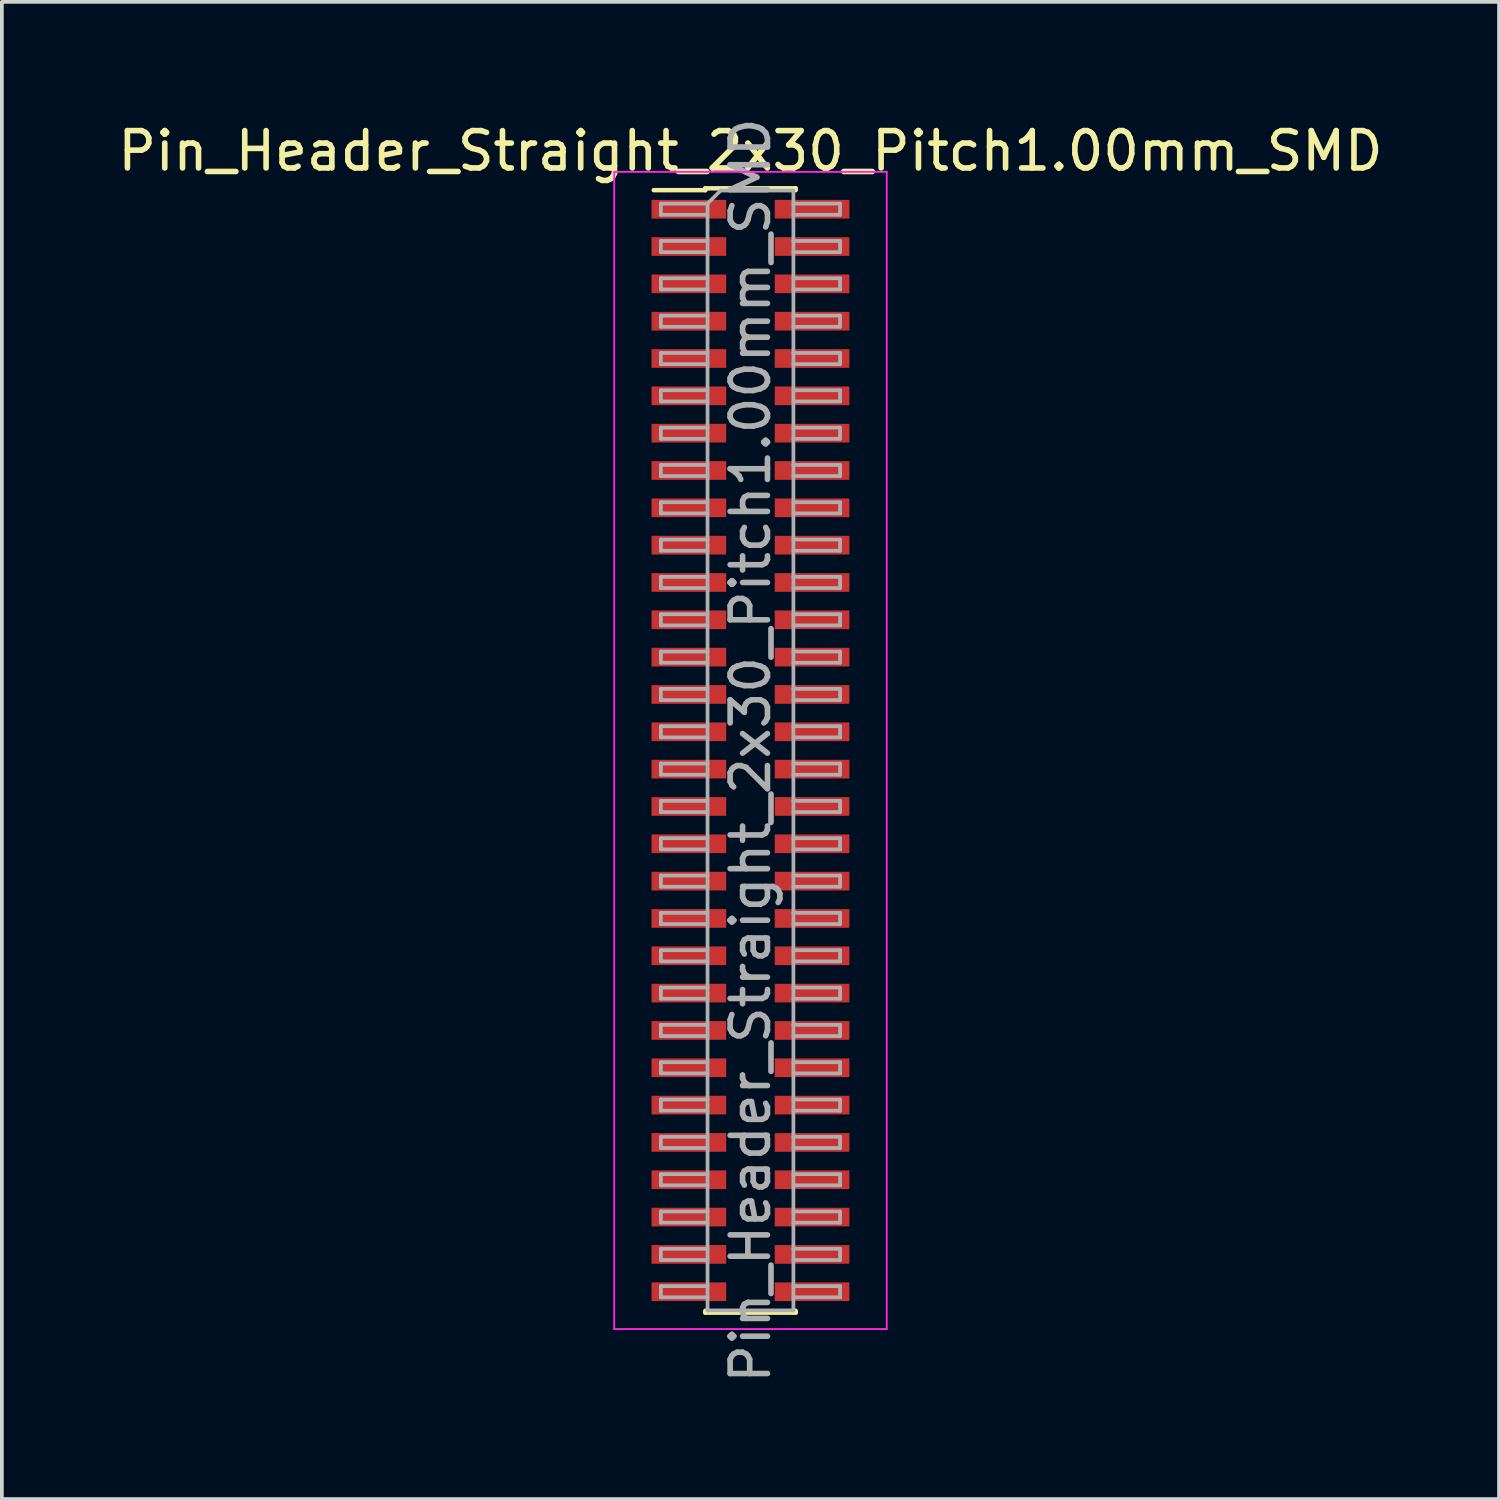
<source format=kicad_pcb>
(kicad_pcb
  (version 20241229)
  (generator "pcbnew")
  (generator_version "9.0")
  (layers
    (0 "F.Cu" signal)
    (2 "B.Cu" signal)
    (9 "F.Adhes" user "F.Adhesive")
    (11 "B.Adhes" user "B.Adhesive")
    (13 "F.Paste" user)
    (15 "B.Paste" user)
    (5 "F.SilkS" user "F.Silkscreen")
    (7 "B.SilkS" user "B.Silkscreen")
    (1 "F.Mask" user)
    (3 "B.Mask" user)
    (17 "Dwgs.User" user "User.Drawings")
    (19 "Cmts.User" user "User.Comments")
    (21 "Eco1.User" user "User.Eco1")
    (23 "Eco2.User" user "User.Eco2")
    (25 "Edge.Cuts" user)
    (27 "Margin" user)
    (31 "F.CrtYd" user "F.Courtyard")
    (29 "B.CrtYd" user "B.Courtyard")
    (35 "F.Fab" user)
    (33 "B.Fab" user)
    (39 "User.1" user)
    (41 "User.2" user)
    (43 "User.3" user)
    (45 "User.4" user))
  (footprint "Pin_Header_Straight_2x30_Pitch1.00mm_SMD"
    (layer "F.Cu")
    (at 17.054 17.054)
    (property "Reference" "Pin_Header_Straight_2x30_Pitch1.00mm_SMD" (at 0 -16.06 0) (layer "F.SilkS") (effects (font (size 1 1) (thickness 0.15))))
    (attr smd)
    (fp_line (start -2.59 -15.01) (end -1.21 -15.01) (stroke (width 0.12) (type solid)) (layer "F.SilkS"))
    (fp_line (start -1.21 -15.06) (end -1.21 -15.01) (stroke (width 0.12) (type solid)) (layer "F.SilkS"))
    (fp_line (start -1.21 -15.06) (end 1.21 -15.06) (stroke (width 0.12) (type solid)) (layer "F.SilkS"))
    (fp_line (start -1.21 15.01) (end -1.21 15.06) (stroke (width 0.12) (type solid)) (layer "F.SilkS"))
    (fp_line (start -1.21 15.06) (end 1.21 15.06) (stroke (width 0.12) (type solid)) (layer "F.SilkS"))
    (fp_line (start 1.21 -15.06) (end 1.21 -15.01) (stroke (width 0.12) (type solid)) (layer "F.SilkS"))
    (fp_line (start 1.21 15.01) (end 1.21 15.06) (stroke (width 0.12) (type solid)) (layer "F.SilkS"))
    (fp_line (start -3.65 -15.5) (end -3.65 15.5) (stroke (width 0.05) (type solid)) (layer "F.CrtYd"))
    (fp_line (start -3.65 15.5) (end 3.65 15.5) (stroke (width 0.05) (type solid)) (layer "F.CrtYd"))
    (fp_line (start 3.65 -15.5) (end -3.65 -15.5) (stroke (width 0.05) (type solid)) (layer "F.CrtYd"))
    (fp_line (start 3.65 15.5) (end 3.65 -15.5) (stroke (width 0.05) (type solid)) (layer "F.CrtYd"))
    (fp_line (start -2.4 -14.65) (end -2.4 -14.35) (stroke (width 0.1) (type solid)) (layer "F.Fab"))
    (fp_line (start -2.4 -14.35) (end -1.15 -14.35) (stroke (width 0.1) (type solid)) (layer "F.Fab"))
    (fp_line (start -2.4 -13.65) (end -2.4 -13.35) (stroke (width 0.1) (type solid)) (layer "F.Fab"))
    (fp_line (start -2.4 -13.35) (end -1.15 -13.35) (stroke (width 0.1) (type solid)) (layer "F.Fab"))
    (fp_line (start -2.4 -12.65) (end -2.4 -12.35) (stroke (width 0.1) (type solid)) (layer "F.Fab"))
    (fp_line (start -2.4 -12.35) (end -1.15 -12.35) (stroke (width 0.1) (type solid)) (layer "F.Fab"))
    (fp_line (start -2.4 -11.65) (end -2.4 -11.35) (stroke (width 0.1) (type solid)) (layer "F.Fab"))
    (fp_line (start -2.4 -11.35) (end -1.15 -11.35) (stroke (width 0.1) (type solid)) (layer "F.Fab"))
    (fp_line (start -2.4 -10.65) (end -2.4 -10.35) (stroke (width 0.1) (type solid)) (layer "F.Fab"))
    (fp_line (start -2.4 -10.35) (end -1.15 -10.35) (stroke (width 0.1) (type solid)) (layer "F.Fab"))
    (fp_line (start -2.4 -9.65) (end -2.4 -9.35) (stroke (width 0.1) (type solid)) (layer "F.Fab"))
    (fp_line (start -2.4 -9.35) (end -1.15 -9.35) (stroke (width 0.1) (type solid)) (layer "F.Fab"))
    (fp_line (start -2.4 -8.65) (end -2.4 -8.35) (stroke (width 0.1) (type solid)) (layer "F.Fab"))
    (fp_line (start -2.4 -8.35) (end -1.15 -8.35) (stroke (width 0.1) (type solid)) (layer "F.Fab"))
    (fp_line (start -2.4 -7.65) (end -2.4 -7.35) (stroke (width 0.1) (type solid)) (layer "F.Fab"))
    (fp_line (start -2.4 -7.35) (end -1.15 -7.35) (stroke (width 0.1) (type solid)) (layer "F.Fab"))
    (fp_line (start -2.4 -6.65) (end -2.4 -6.35) (stroke (width 0.1) (type solid)) (layer "F.Fab"))
    (fp_line (start -2.4 -6.35) (end -1.15 -6.35) (stroke (width 0.1) (type solid)) (layer "F.Fab"))
    (fp_line (start -2.4 -5.65) (end -2.4 -5.35) (stroke (width 0.1) (type solid)) (layer "F.Fab"))
    (fp_line (start -2.4 -5.35) (end -1.15 -5.35) (stroke (width 0.1) (type solid)) (layer "F.Fab"))
    (fp_line (start -2.4 -4.65) (end -2.4 -4.35) (stroke (width 0.1) (type solid)) (layer "F.Fab"))
    (fp_line (start -2.4 -4.35) (end -1.15 -4.35) (stroke (width 0.1) (type solid)) (layer "F.Fab"))
    (fp_line (start -2.4 -3.65) (end -2.4 -3.35) (stroke (width 0.1) (type solid)) (layer "F.Fab"))
    (fp_line (start -2.4 -3.35) (end -1.15 -3.35) (stroke (width 0.1) (type solid)) (layer "F.Fab"))
    (fp_line (start -2.4 -2.65) (end -2.4 -2.35) (stroke (width 0.1) (type solid)) (layer "F.Fab"))
    (fp_line (start -2.4 -2.35) (end -1.15 -2.35) (stroke (width 0.1) (type solid)) (layer "F.Fab"))
    (fp_line (start -2.4 -1.65) (end -2.4 -1.35) (stroke (width 0.1) (type solid)) (layer "F.Fab"))
    (fp_line (start -2.4 -1.35) (end -1.15 -1.35) (stroke (width 0.1) (type solid)) (layer "F.Fab"))
    (fp_line (start -2.4 -0.65) (end -2.4 -0.35) (stroke (width 0.1) (type solid)) (layer "F.Fab"))
    (fp_line (start -2.4 -0.35) (end -1.15 -0.35) (stroke (width 0.1) (type solid)) (layer "F.Fab"))
    (fp_line (start -2.4 0.35) (end -2.4 0.65) (stroke (width 0.1) (type solid)) (layer "F.Fab"))
    (fp_line (start -2.4 0.65) (end -1.15 0.65) (stroke (width 0.1) (type solid)) (layer "F.Fab"))
    (fp_line (start -2.4 1.35) (end -2.4 1.65) (stroke (width 0.1) (type solid)) (layer "F.Fab"))
    (fp_line (start -2.4 1.65) (end -1.15 1.65) (stroke (width 0.1) (type solid)) (layer "F.Fab"))
    (fp_line (start -2.4 2.35) (end -2.4 2.65) (stroke (width 0.1) (type solid)) (layer "F.Fab"))
    (fp_line (start -2.4 2.65) (end -1.15 2.65) (stroke (width 0.1) (type solid)) (layer "F.Fab"))
    (fp_line (start -2.4 3.35) (end -2.4 3.65) (stroke (width 0.1) (type solid)) (layer "F.Fab"))
    (fp_line (start -2.4 3.65) (end -1.15 3.65) (stroke (width 0.1) (type solid)) (layer "F.Fab"))
    (fp_line (start -2.4 4.35) (end -2.4 4.65) (stroke (width 0.1) (type solid)) (layer "F.Fab"))
    (fp_line (start -2.4 4.65) (end -1.15 4.65) (stroke (width 0.1) (type solid)) (layer "F.Fab"))
    (fp_line (start -2.4 5.35) (end -2.4 5.65) (stroke (width 0.1) (type solid)) (layer "F.Fab"))
    (fp_line (start -2.4 5.65) (end -1.15 5.65) (stroke (width 0.1) (type solid)) (layer "F.Fab"))
    (fp_line (start -2.4 6.35) (end -2.4 6.65) (stroke (width 0.1) (type solid)) (layer "F.Fab"))
    (fp_line (start -2.4 6.65) (end -1.15 6.65) (stroke (width 0.1) (type solid)) (layer "F.Fab"))
    (fp_line (start -2.4 7.35) (end -2.4 7.65) (stroke (width 0.1) (type solid)) (layer "F.Fab"))
    (fp_line (start -2.4 7.65) (end -1.15 7.65) (stroke (width 0.1) (type solid)) (layer "F.Fab"))
    (fp_line (start -2.4 8.35) (end -2.4 8.65) (stroke (width 0.1) (type solid)) (layer "F.Fab"))
    (fp_line (start -2.4 8.65) (end -1.15 8.65) (stroke (width 0.1) (type solid)) (layer "F.Fab"))
    (fp_line (start -2.4 9.35) (end -2.4 9.65) (stroke (width 0.1) (type solid)) (layer "F.Fab"))
    (fp_line (start -2.4 9.65) (end -1.15 9.65) (stroke (width 0.1) (type solid)) (layer "F.Fab"))
    (fp_line (start -2.4 10.35) (end -2.4 10.65) (stroke (width 0.1) (type solid)) (layer "F.Fab"))
    (fp_line (start -2.4 10.65) (end -1.15 10.65) (stroke (width 0.1) (type solid)) (layer "F.Fab"))
    (fp_line (start -2.4 11.35) (end -2.4 11.65) (stroke (width 0.1) (type solid)) (layer "F.Fab"))
    (fp_line (start -2.4 11.65) (end -1.15 11.65) (stroke (width 0.1) (type solid)) (layer "F.Fab"))
    (fp_line (start -2.4 12.35) (end -2.4 12.65) (stroke (width 0.1) (type solid)) (layer "F.Fab"))
    (fp_line (start -2.4 12.65) (end -1.15 12.65) (stroke (width 0.1) (type solid)) (layer "F.Fab"))
    (fp_line (start -2.4 13.35) (end -2.4 13.65) (stroke (width 0.1) (type solid)) (layer "F.Fab"))
    (fp_line (start -2.4 13.65) (end -1.15 13.65) (stroke (width 0.1) (type solid)) (layer "F.Fab"))
    (fp_line (start -2.4 14.35) (end -2.4 14.65) (stroke (width 0.1) (type solid)) (layer "F.Fab"))
    (fp_line (start -2.4 14.65) (end -1.15 14.65) (stroke (width 0.1) (type solid)) (layer "F.Fab"))
    (fp_line (start -1.15 -14.65) (end -2.4 -14.65) (stroke (width 0.1) (type solid)) (layer "F.Fab"))
    (fp_line (start -1.15 -14.65) (end -0.8 -15) (stroke (width 0.1) (type solid)) (layer "F.Fab"))
    (fp_line (start -1.15 -13.65) (end -2.4 -13.65) (stroke (width 0.1) (type solid)) (layer "F.Fab"))
    (fp_line (start -1.15 -12.65) (end -2.4 -12.65) (stroke (width 0.1) (type solid)) (layer "F.Fab"))
    (fp_line (start -1.15 -11.65) (end -2.4 -11.65) (stroke (width 0.1) (type solid)) (layer "F.Fab"))
    (fp_line (start -1.15 -10.65) (end -2.4 -10.65) (stroke (width 0.1) (type solid)) (layer "F.Fab"))
    (fp_line (start -1.15 -9.65) (end -2.4 -9.65) (stroke (width 0.1) (type solid)) (layer "F.Fab"))
    (fp_line (start -1.15 -8.65) (end -2.4 -8.65) (stroke (width 0.1) (type solid)) (layer "F.Fab"))
    (fp_line (start -1.15 -7.65) (end -2.4 -7.65) (stroke (width 0.1) (type solid)) (layer "F.Fab"))
    (fp_line (start -1.15 -6.65) (end -2.4 -6.65) (stroke (width 0.1) (type solid)) (layer "F.Fab"))
    (fp_line (start -1.15 -5.65) (end -2.4 -5.65) (stroke (width 0.1) (type solid)) (layer "F.Fab"))
    (fp_line (start -1.15 -4.65) (end -2.4 -4.65) (stroke (width 0.1) (type solid)) (layer "F.Fab"))
    (fp_line (start -1.15 -3.65) (end -2.4 -3.65) (stroke (width 0.1) (type solid)) (layer "F.Fab"))
    (fp_line (start -1.15 -2.65) (end -2.4 -2.65) (stroke (width 0.1) (type solid)) (layer "F.Fab"))
    (fp_line (start -1.15 -1.65) (end -2.4 -1.65) (stroke (width 0.1) (type solid)) (layer "F.Fab"))
    (fp_line (start -1.15 -0.65) (end -2.4 -0.65) (stroke (width 0.1) (type solid)) (layer "F.Fab"))
    (fp_line (start -1.15 0.35) (end -2.4 0.35) (stroke (width 0.1) (type solid)) (layer "F.Fab"))
    (fp_line (start -1.15 1.35) (end -2.4 1.35) (stroke (width 0.1) (type solid)) (layer "F.Fab"))
    (fp_line (start -1.15 2.35) (end -2.4 2.35) (stroke (width 0.1) (type solid)) (layer "F.Fab"))
    (fp_line (start -1.15 3.35) (end -2.4 3.35) (stroke (width 0.1) (type solid)) (layer "F.Fab"))
    (fp_line (start -1.15 4.35) (end -2.4 4.35) (stroke (width 0.1) (type solid)) (layer "F.Fab"))
    (fp_line (start -1.15 5.35) (end -2.4 5.35) (stroke (width 0.1) (type solid)) (layer "F.Fab"))
    (fp_line (start -1.15 6.35) (end -2.4 6.35) (stroke (width 0.1) (type solid)) (layer "F.Fab"))
    (fp_line (start -1.15 7.35) (end -2.4 7.35) (stroke (width 0.1) (type solid)) (layer "F.Fab"))
    (fp_line (start -1.15 8.35) (end -2.4 8.35) (stroke (width 0.1) (type solid)) (layer "F.Fab"))
    (fp_line (start -1.15 9.35) (end -2.4 9.35) (stroke (width 0.1) (type solid)) (layer "F.Fab"))
    (fp_line (start -1.15 10.35) (end -2.4 10.35) (stroke (width 0.1) (type solid)) (layer "F.Fab"))
    (fp_line (start -1.15 11.35) (end -2.4 11.35) (stroke (width 0.1) (type solid)) (layer "F.Fab"))
    (fp_line (start -1.15 12.35) (end -2.4 12.35) (stroke (width 0.1) (type solid)) (layer "F.Fab"))
    (fp_line (start -1.15 13.35) (end -2.4 13.35) (stroke (width 0.1) (type solid)) (layer "F.Fab"))
    (fp_line (start -1.15 14.35) (end -2.4 14.35) (stroke (width 0.1) (type solid)) (layer "F.Fab"))
    (fp_line (start -1.15 15) (end -1.15 -14.65) (stroke (width 0.1) (type solid)) (layer "F.Fab"))
    (fp_line (start -0.8 -15) (end 1.15 -15) (stroke (width 0.1) (type solid)) (layer "F.Fab"))
    (fp_line (start 1.15 -15) (end 1.15 15) (stroke (width 0.1) (type solid)) (layer "F.Fab"))
    (fp_line (start 1.15 -14.65) (end 2.4 -14.65) (stroke (width 0.1) (type solid)) (layer "F.Fab"))
    (fp_line (start 1.15 -13.65) (end 2.4 -13.65) (stroke (width 0.1) (type solid)) (layer "F.Fab"))
    (fp_line (start 1.15 -12.65) (end 2.4 -12.65) (stroke (width 0.1) (type solid)) (layer "F.Fab"))
    (fp_line (start 1.15 -11.65) (end 2.4 -11.65) (stroke (width 0.1) (type solid)) (layer "F.Fab"))
    (fp_line (start 1.15 -10.65) (end 2.4 -10.65) (stroke (width 0.1) (type solid)) (layer "F.Fab"))
    (fp_line (start 1.15 -9.65) (end 2.4 -9.65) (stroke (width 0.1) (type solid)) (layer "F.Fab"))
    (fp_line (start 1.15 -8.65) (end 2.4 -8.65) (stroke (width 0.1) (type solid)) (layer "F.Fab"))
    (fp_line (start 1.15 -7.65) (end 2.4 -7.65) (stroke (width 0.1) (type solid)) (layer "F.Fab"))
    (fp_line (start 1.15 -6.65) (end 2.4 -6.65) (stroke (width 0.1) (type solid)) (layer "F.Fab"))
    (fp_line (start 1.15 -5.65) (end 2.4 -5.65) (stroke (width 0.1) (type solid)) (layer "F.Fab"))
    (fp_line (start 1.15 -4.65) (end 2.4 -4.65) (stroke (width 0.1) (type solid)) (layer "F.Fab"))
    (fp_line (start 1.15 -3.65) (end 2.4 -3.65) (stroke (width 0.1) (type solid)) (layer "F.Fab"))
    (fp_line (start 1.15 -2.65) (end 2.4 -2.65) (stroke (width 0.1) (type solid)) (layer "F.Fab"))
    (fp_line (start 1.15 -1.65) (end 2.4 -1.65) (stroke (width 0.1) (type solid)) (layer "F.Fab"))
    (fp_line (start 1.15 -0.65) (end 2.4 -0.65) (stroke (width 0.1) (type solid)) (layer "F.Fab"))
    (fp_line (start 1.15 0.35) (end 2.4 0.35) (stroke (width 0.1) (type solid)) (layer "F.Fab"))
    (fp_line (start 1.15 1.35) (end 2.4 1.35) (stroke (width 0.1) (type solid)) (layer "F.Fab"))
    (fp_line (start 1.15 2.35) (end 2.4 2.35) (stroke (width 0.1) (type solid)) (layer "F.Fab"))
    (fp_line (start 1.15 3.35) (end 2.4 3.35) (stroke (width 0.1) (type solid)) (layer "F.Fab"))
    (fp_line (start 1.15 4.35) (end 2.4 4.35) (stroke (width 0.1) (type solid)) (layer "F.Fab"))
    (fp_line (start 1.15 5.35) (end 2.4 5.35) (stroke (width 0.1) (type solid)) (layer "F.Fab"))
    (fp_line (start 1.15 6.35) (end 2.4 6.35) (stroke (width 0.1) (type solid)) (layer "F.Fab"))
    (fp_line (start 1.15 7.35) (end 2.4 7.35) (stroke (width 0.1) (type solid)) (layer "F.Fab"))
    (fp_line (start 1.15 8.35) (end 2.4 8.35) (stroke (width 0.1) (type solid)) (layer "F.Fab"))
    (fp_line (start 1.15 9.35) (end 2.4 9.35) (stroke (width 0.1) (type solid)) (layer "F.Fab"))
    (fp_line (start 1.15 10.35) (end 2.4 10.35) (stroke (width 0.1) (type solid)) (layer "F.Fab"))
    (fp_line (start 1.15 11.35) (end 2.4 11.35) (stroke (width 0.1) (type solid)) (layer "F.Fab"))
    (fp_line (start 1.15 12.35) (end 2.4 12.35) (stroke (width 0.1) (type solid)) (layer "F.Fab"))
    (fp_line (start 1.15 13.35) (end 2.4 13.35) (stroke (width 0.1) (type solid)) (layer "F.Fab"))
    (fp_line (start 1.15 14.35) (end 2.4 14.35) (stroke (width 0.1) (type solid)) (layer "F.Fab"))
    (fp_line (start 1.15 15) (end -1.15 15) (stroke (width 0.1) (type solid)) (layer "F.Fab"))
    (fp_line (start 2.4 -14.65) (end 2.4 -14.35) (stroke (width 0.1) (type solid)) (layer "F.Fab"))
    (fp_line (start 2.4 -14.35) (end 1.15 -14.35) (stroke (width 0.1) (type solid)) (layer "F.Fab"))
    (fp_line (start 2.4 -13.65) (end 2.4 -13.35) (stroke (width 0.1) (type solid)) (layer "F.Fab"))
    (fp_line (start 2.4 -13.35) (end 1.15 -13.35) (stroke (width 0.1) (type solid)) (layer "F.Fab"))
    (fp_line (start 2.4 -12.65) (end 2.4 -12.35) (stroke (width 0.1) (type solid)) (layer "F.Fab"))
    (fp_line (start 2.4 -12.35) (end 1.15 -12.35) (stroke (width 0.1) (type solid)) (layer "F.Fab"))
    (fp_line (start 2.4 -11.65) (end 2.4 -11.35) (stroke (width 0.1) (type solid)) (layer "F.Fab"))
    (fp_line (start 2.4 -11.35) (end 1.15 -11.35) (stroke (width 0.1) (type solid)) (layer "F.Fab"))
    (fp_line (start 2.4 -10.65) (end 2.4 -10.35) (stroke (width 0.1) (type solid)) (layer "F.Fab"))
    (fp_line (start 2.4 -10.35) (end 1.15 -10.35) (stroke (width 0.1) (type solid)) (layer "F.Fab"))
    (fp_line (start 2.4 -9.65) (end 2.4 -9.35) (stroke (width 0.1) (type solid)) (layer "F.Fab"))
    (fp_line (start 2.4 -9.35) (end 1.15 -9.35) (stroke (width 0.1) (type solid)) (layer "F.Fab"))
    (fp_line (start 2.4 -8.65) (end 2.4 -8.35) (stroke (width 0.1) (type solid)) (layer "F.Fab"))
    (fp_line (start 2.4 -8.35) (end 1.15 -8.35) (stroke (width 0.1) (type solid)) (layer "F.Fab"))
    (fp_line (start 2.4 -7.65) (end 2.4 -7.35) (stroke (width 0.1) (type solid)) (layer "F.Fab"))
    (fp_line (start 2.4 -7.35) (end 1.15 -7.35) (stroke (width 0.1) (type solid)) (layer "F.Fab"))
    (fp_line (start 2.4 -6.65) (end 2.4 -6.35) (stroke (width 0.1) (type solid)) (layer "F.Fab"))
    (fp_line (start 2.4 -6.35) (end 1.15 -6.35) (stroke (width 0.1) (type solid)) (layer "F.Fab"))
    (fp_line (start 2.4 -5.65) (end 2.4 -5.35) (stroke (width 0.1) (type solid)) (layer "F.Fab"))
    (fp_line (start 2.4 -5.35) (end 1.15 -5.35) (stroke (width 0.1) (type solid)) (layer "F.Fab"))
    (fp_line (start 2.4 -4.65) (end 2.4 -4.35) (stroke (width 0.1) (type solid)) (layer "F.Fab"))
    (fp_line (start 2.4 -4.35) (end 1.15 -4.35) (stroke (width 0.1) (type solid)) (layer "F.Fab"))
    (fp_line (start 2.4 -3.65) (end 2.4 -3.35) (stroke (width 0.1) (type solid)) (layer "F.Fab"))
    (fp_line (start 2.4 -3.35) (end 1.15 -3.35) (stroke (width 0.1) (type solid)) (layer "F.Fab"))
    (fp_line (start 2.4 -2.65) (end 2.4 -2.35) (stroke (width 0.1) (type solid)) (layer "F.Fab"))
    (fp_line (start 2.4 -2.35) (end 1.15 -2.35) (stroke (width 0.1) (type solid)) (layer "F.Fab"))
    (fp_line (start 2.4 -1.65) (end 2.4 -1.35) (stroke (width 0.1) (type solid)) (layer "F.Fab"))
    (fp_line (start 2.4 -1.35) (end 1.15 -1.35) (stroke (width 0.1) (type solid)) (layer "F.Fab"))
    (fp_line (start 2.4 -0.65) (end 2.4 -0.35) (stroke (width 0.1) (type solid)) (layer "F.Fab"))
    (fp_line (start 2.4 -0.35) (end 1.15 -0.35) (stroke (width 0.1) (type solid)) (layer "F.Fab"))
    (fp_line (start 2.4 0.35) (end 2.4 0.65) (stroke (width 0.1) (type solid)) (layer "F.Fab"))
    (fp_line (start 2.4 0.65) (end 1.15 0.65) (stroke (width 0.1) (type solid)) (layer "F.Fab"))
    (fp_line (start 2.4 1.35) (end 2.4 1.65) (stroke (width 0.1) (type solid)) (layer "F.Fab"))
    (fp_line (start 2.4 1.65) (end 1.15 1.65) (stroke (width 0.1) (type solid)) (layer "F.Fab"))
    (fp_line (start 2.4 2.35) (end 2.4 2.65) (stroke (width 0.1) (type solid)) (layer "F.Fab"))
    (fp_line (start 2.4 2.65) (end 1.15 2.65) (stroke (width 0.1) (type solid)) (layer "F.Fab"))
    (fp_line (start 2.4 3.35) (end 2.4 3.65) (stroke (width 0.1) (type solid)) (layer "F.Fab"))
    (fp_line (start 2.4 3.65) (end 1.15 3.65) (stroke (width 0.1) (type solid)) (layer "F.Fab"))
    (fp_line (start 2.4 4.35) (end 2.4 4.65) (stroke (width 0.1) (type solid)) (layer "F.Fab"))
    (fp_line (start 2.4 4.65) (end 1.15 4.65) (stroke (width 0.1) (type solid)) (layer "F.Fab"))
    (fp_line (start 2.4 5.35) (end 2.4 5.65) (stroke (width 0.1) (type solid)) (layer "F.Fab"))
    (fp_line (start 2.4 5.65) (end 1.15 5.65) (stroke (width 0.1) (type solid)) (layer "F.Fab"))
    (fp_line (start 2.4 6.35) (end 2.4 6.65) (stroke (width 0.1) (type solid)) (layer "F.Fab"))
    (fp_line (start 2.4 6.65) (end 1.15 6.65) (stroke (width 0.1) (type solid)) (layer "F.Fab"))
    (fp_line (start 2.4 7.35) (end 2.4 7.65) (stroke (width 0.1) (type solid)) (layer "F.Fab"))
    (fp_line (start 2.4 7.65) (end 1.15 7.65) (stroke (width 0.1) (type solid)) (layer "F.Fab"))
    (fp_line (start 2.4 8.35) (end 2.4 8.65) (stroke (width 0.1) (type solid)) (layer "F.Fab"))
    (fp_line (start 2.4 8.65) (end 1.15 8.65) (stroke (width 0.1) (type solid)) (layer "F.Fab"))
    (fp_line (start 2.4 9.35) (end 2.4 9.65) (stroke (width 0.1) (type solid)) (layer "F.Fab"))
    (fp_line (start 2.4 9.65) (end 1.15 9.65) (stroke (width 0.1) (type solid)) (layer "F.Fab"))
    (fp_line (start 2.4 10.35) (end 2.4 10.65) (stroke (width 0.1) (type solid)) (layer "F.Fab"))
    (fp_line (start 2.4 10.65) (end 1.15 10.65) (stroke (width 0.1) (type solid)) (layer "F.Fab"))
    (fp_line (start 2.4 11.35) (end 2.4 11.65) (stroke (width 0.1) (type solid)) (layer "F.Fab"))
    (fp_line (start 2.4 11.65) (end 1.15 11.65) (stroke (width 0.1) (type solid)) (layer "F.Fab"))
    (fp_line (start 2.4 12.35) (end 2.4 12.65) (stroke (width 0.1) (type solid)) (layer "F.Fab"))
    (fp_line (start 2.4 12.65) (end 1.15 12.65) (stroke (width 0.1) (type solid)) (layer "F.Fab"))
    (fp_line (start 2.4 13.35) (end 2.4 13.65) (stroke (width 0.1) (type solid)) (layer "F.Fab"))
    (fp_line (start 2.4 13.65) (end 1.15 13.65) (stroke (width 0.1) (type solid)) (layer "F.Fab"))
    (fp_line (start 2.4 14.35) (end 2.4 14.65) (stroke (width 0.1) (type solid)) (layer "F.Fab"))
    (fp_line (start 2.4 14.65) (end 1.15 14.65) (stroke (width 0.1) (type solid)) (layer "F.Fab"))
    (fp_text user "${REFERENCE}" (at 0 0 90) (layer "F.Fab") (effects (font (size 1 1) (thickness 0.15))))
    (pad "1" smd rect (at -1.65 -14.5) (size 2 0.5) (layers "F.Cu" "F.Mask" "F.Paste"))
    (pad "2" smd rect (at 1.65 -14.5) (size 2 0.5) (layers "F.Cu" "F.Mask" "F.Paste"))
    (pad "3" smd rect (at -1.65 -13.5) (size 2 0.5) (layers "F.Cu" "F.Mask" "F.Paste"))
    (pad "4" smd rect (at 1.65 -13.5) (size 2 0.5) (layers "F.Cu" "F.Mask" "F.Paste"))
    (pad "5" smd rect (at -1.65 -12.5) (size 2 0.5) (layers "F.Cu" "F.Mask" "F.Paste"))
    (pad "6" smd rect (at 1.65 -12.5) (size 2 0.5) (layers "F.Cu" "F.Mask" "F.Paste"))
    (pad "7" smd rect (at -1.65 -11.5) (size 2 0.5) (layers "F.Cu" "F.Mask" "F.Paste"))
    (pad "8" smd rect (at 1.65 -11.5) (size 2 0.5) (layers "F.Cu" "F.Mask" "F.Paste"))
    (pad "9" smd rect (at -1.65 -10.5) (size 2 0.5) (layers "F.Cu" "F.Mask" "F.Paste"))
    (pad "10" smd rect (at 1.65 -10.5) (size 2 0.5) (layers "F.Cu" "F.Mask" "F.Paste"))
    (pad "11" smd rect (at -1.65 -9.5) (size 2 0.5) (layers "F.Cu" "F.Mask" "F.Paste"))
    (pad "12" smd rect (at 1.65 -9.5) (size 2 0.5) (layers "F.Cu" "F.Mask" "F.Paste"))
    (pad "13" smd rect (at -1.65 -8.5) (size 2 0.5) (layers "F.Cu" "F.Mask" "F.Paste"))
    (pad "14" smd rect (at 1.65 -8.5) (size 2 0.5) (layers "F.Cu" "F.Mask" "F.Paste"))
    (pad "15" smd rect (at -1.65 -7.5) (size 2 0.5) (layers "F.Cu" "F.Mask" "F.Paste"))
    (pad "16" smd rect (at 1.65 -7.5) (size 2 0.5) (layers "F.Cu" "F.Mask" "F.Paste"))
    (pad "17" smd rect (at -1.65 -6.5) (size 2 0.5) (layers "F.Cu" "F.Mask" "F.Paste"))
    (pad "18" smd rect (at 1.65 -6.5) (size 2 0.5) (layers "F.Cu" "F.Mask" "F.Paste"))
    (pad "19" smd rect (at -1.65 -5.5) (size 2 0.5) (layers "F.Cu" "F.Mask" "F.Paste"))
    (pad "20" smd rect (at 1.65 -5.5) (size 2 0.5) (layers "F.Cu" "F.Mask" "F.Paste"))
    (pad "21" smd rect (at -1.65 -4.5) (size 2 0.5) (layers "F.Cu" "F.Mask" "F.Paste"))
    (pad "22" smd rect (at 1.65 -4.5) (size 2 0.5) (layers "F.Cu" "F.Mask" "F.Paste"))
    (pad "23" smd rect (at -1.65 -3.5) (size 2 0.5) (layers "F.Cu" "F.Mask" "F.Paste"))
    (pad "24" smd rect (at 1.65 -3.5) (size 2 0.5) (layers "F.Cu" "F.Mask" "F.Paste"))
    (pad "25" smd rect (at -1.65 -2.5) (size 2 0.5) (layers "F.Cu" "F.Mask" "F.Paste"))
    (pad "26" smd rect (at 1.65 -2.5) (size 2 0.5) (layers "F.Cu" "F.Mask" "F.Paste"))
    (pad "27" smd rect (at -1.65 -1.5) (size 2 0.5) (layers "F.Cu" "F.Mask" "F.Paste"))
    (pad "28" smd rect (at 1.65 -1.5) (size 2 0.5) (layers "F.Cu" "F.Mask" "F.Paste"))
    (pad "29" smd rect (at -1.65 -0.5) (size 2 0.5) (layers "F.Cu" "F.Mask" "F.Paste"))
    (pad "30" smd rect (at 1.65 -0.5) (size 2 0.5) (layers "F.Cu" "F.Mask" "F.Paste"))
    (pad "31" smd rect (at -1.65 0.5) (size 2 0.5) (layers "F.Cu" "F.Mask" "F.Paste"))
    (pad "32" smd rect (at 1.65 0.5) (size 2 0.5) (layers "F.Cu" "F.Mask" "F.Paste"))
    (pad "33" smd rect (at -1.65 1.5) (size 2 0.5) (layers "F.Cu" "F.Mask" "F.Paste"))
    (pad "34" smd rect (at 1.65 1.5) (size 2 0.5) (layers "F.Cu" "F.Mask" "F.Paste"))
    (pad "35" smd rect (at -1.65 2.5) (size 2 0.5) (layers "F.Cu" "F.Mask" "F.Paste"))
    (pad "36" smd rect (at 1.65 2.5) (size 2 0.5) (layers "F.Cu" "F.Mask" "F.Paste"))
    (pad "37" smd rect (at -1.65 3.5) (size 2 0.5) (layers "F.Cu" "F.Mask" "F.Paste"))
    (pad "38" smd rect (at 1.65 3.5) (size 2 0.5) (layers "F.Cu" "F.Mask" "F.Paste"))
    (pad "39" smd rect (at -1.65 4.5) (size 2 0.5) (layers "F.Cu" "F.Mask" "F.Paste"))
    (pad "40" smd rect (at 1.65 4.5) (size 2 0.5) (layers "F.Cu" "F.Mask" "F.Paste"))
    (pad "41" smd rect (at -1.65 5.5) (size 2 0.5) (layers "F.Cu" "F.Mask" "F.Paste"))
    (pad "42" smd rect (at 1.65 5.5) (size 2 0.5) (layers "F.Cu" "F.Mask" "F.Paste"))
    (pad "43" smd rect (at -1.65 6.5) (size 2 0.5) (layers "F.Cu" "F.Mask" "F.Paste"))
    (pad "44" smd rect (at 1.65 6.5) (size 2 0.5) (layers "F.Cu" "F.Mask" "F.Paste"))
    (pad "45" smd rect (at -1.65 7.5) (size 2 0.5) (layers "F.Cu" "F.Mask" "F.Paste"))
    (pad "46" smd rect (at 1.65 7.5) (size 2 0.5) (layers "F.Cu" "F.Mask" "F.Paste"))
    (pad "47" smd rect (at -1.65 8.5) (size 2 0.5) (layers "F.Cu" "F.Mask" "F.Paste"))
    (pad "48" smd rect (at 1.65 8.5) (size 2 0.5) (layers "F.Cu" "F.Mask" "F.Paste"))
    (pad "49" smd rect (at -1.65 9.5) (size 2 0.5) (layers "F.Cu" "F.Mask" "F.Paste"))
    (pad "50" smd rect (at 1.65 9.5) (size 2 0.5) (layers "F.Cu" "F.Mask" "F.Paste"))
    (pad "51" smd rect (at -1.65 10.5) (size 2 0.5) (layers "F.Cu" "F.Mask" "F.Paste"))
    (pad "52" smd rect (at 1.65 10.5) (size 2 0.5) (layers "F.Cu" "F.Mask" "F.Paste"))
    (pad "53" smd rect (at -1.65 11.5) (size 2 0.5) (layers "F.Cu" "F.Mask" "F.Paste"))
    (pad "54" smd rect (at 1.65 11.5) (size 2 0.5) (layers "F.Cu" "F.Mask" "F.Paste"))
    (pad "55" smd rect (at -1.65 12.5) (size 2 0.5) (layers "F.Cu" "F.Mask" "F.Paste"))
    (pad "56" smd rect (at 1.65 12.5) (size 2 0.5) (layers "F.Cu" "F.Mask" "F.Paste"))
    (pad "57" smd rect (at -1.65 13.5) (size 2 0.5) (layers "F.Cu" "F.Mask" "F.Paste"))
    (pad "58" smd rect (at 1.65 13.5) (size 2 0.5) (layers "F.Cu" "F.Mask" "F.Paste"))
    (pad "59" smd rect (at -1.65 14.5) (size 2 0.5) (layers "F.Cu" "F.Mask" "F.Paste"))
    (pad "60" smd rect (at 1.65 14.5) (size 2 0.5) (layers "F.Cu" "F.Mask" "F.Paste")))
  (gr_rect
    (start -3 -3)
    (end 37.107 37.107)
    (stroke (width 0.1) (type default))
    (fill no)
    (layer "Edge.Cuts")))
</source>
